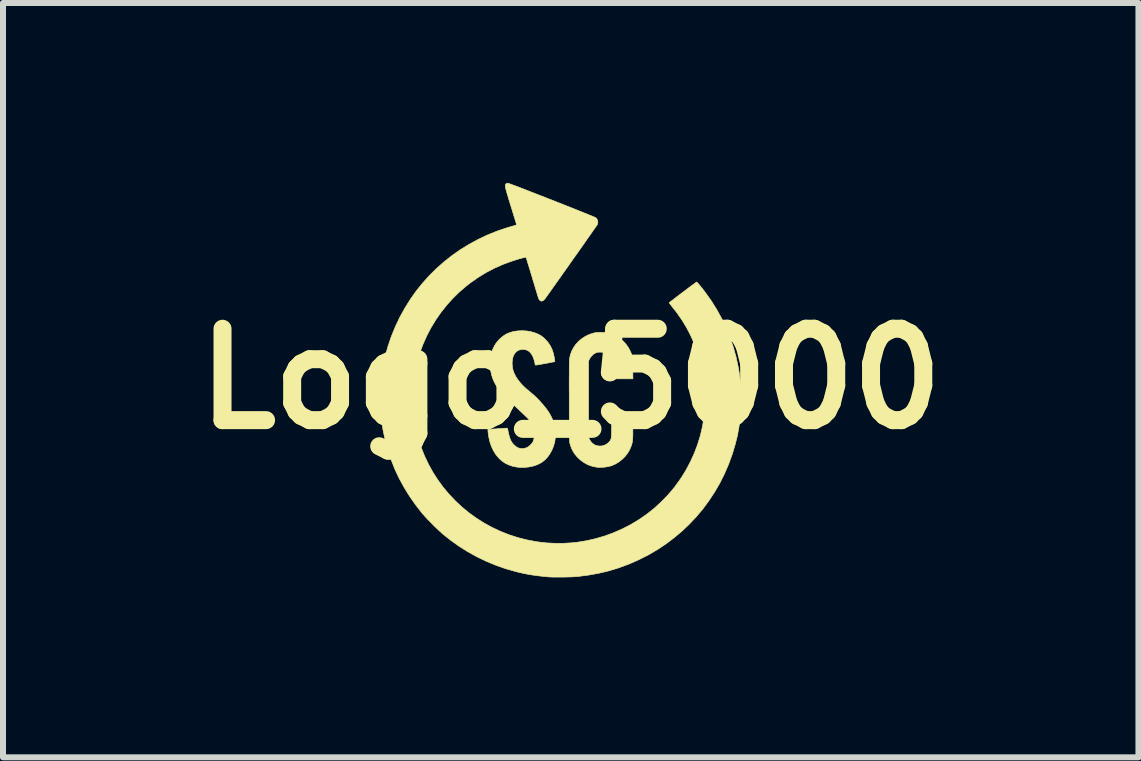
<source format=kicad_pcb>
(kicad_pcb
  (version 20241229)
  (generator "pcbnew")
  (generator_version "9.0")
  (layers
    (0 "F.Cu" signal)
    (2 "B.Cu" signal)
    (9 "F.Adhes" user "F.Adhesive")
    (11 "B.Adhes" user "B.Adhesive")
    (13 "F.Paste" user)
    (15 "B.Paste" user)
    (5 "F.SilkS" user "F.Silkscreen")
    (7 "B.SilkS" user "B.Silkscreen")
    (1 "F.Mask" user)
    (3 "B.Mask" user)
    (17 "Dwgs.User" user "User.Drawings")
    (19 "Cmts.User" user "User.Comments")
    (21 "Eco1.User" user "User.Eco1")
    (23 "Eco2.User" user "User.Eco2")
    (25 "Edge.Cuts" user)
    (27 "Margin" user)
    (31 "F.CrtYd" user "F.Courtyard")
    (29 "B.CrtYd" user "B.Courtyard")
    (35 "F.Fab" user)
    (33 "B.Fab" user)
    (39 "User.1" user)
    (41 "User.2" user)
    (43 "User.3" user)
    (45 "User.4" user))
  (footprint "Logo_5000"
    (layer "F.Cu")
    (at 6.466 3.266)
    (property "Reference" "Logo_5000" (at 0 0 0) (layer "F.SilkS") (effects (font (size 1.524 1.524) (thickness 0.3))))
    (attr through_hole)
    (fp_poly (pts (xy 0.528 -0.773) (xy 0.562 -0.772) (xy 0.593 -0.769) (xy 0.617 -0.766) (xy 0.617 -0.766) (xy 0.689 -0.744) (xy 0.756 -0.715) (xy 0.817 -0.677) (xy 0.872 -0.631) (xy 0.921 -0.578) (xy 0.963 -0.518) (xy 0.983 -0.48) (xy 0.995 -0.455) (xy 1.006 -0.432) (xy 1.014 -0.411) (xy 1.02 -0.389) (xy 1.025 -0.366) (xy 1.029 -0.341) (xy 1.031 -0.311) (xy 1.033 -0.275) (xy 1.034 -0.233) (xy 1.035 -0.182) (xy 1.035 -0.169) (xy 1.037 0) (xy 0.681 0) (xy 0.681 -0.147) (xy 0.681 -0.19) (xy 0.68 -0.224) (xy 0.68 -0.251) (xy 0.679 -0.271) (xy 0.678 -0.287) (xy 0.677 -0.299) (xy 0.675 -0.309) (xy 0.672 -0.317) (xy 0.67 -0.323) (xy 0.655 -0.352) (xy 0.631 -0.381) (xy 0.603 -0.407) (xy 0.572 -0.427) (xy 0.57 -0.428) (xy 0.552 -0.436) (xy 0.538 -0.441) (xy 0.522 -0.444) (xy 0.503 -0.444) (xy 0.49 -0.445) (xy 0.466 -0.444) (xy 0.448 -0.442) (xy 0.433 -0.438) (xy 0.416 -0.431) (xy 0.413 -0.43) (xy 0.383 -0.412) (xy 0.354 -0.386) (xy 0.329 -0.357) (xy 0.311 -0.327) (xy 0.309 -0.322) (xy 0.297 -0.292) (xy 0.297 0.978) (xy 0.314 1.012) (xy 0.336 1.047) (xy 0.364 1.077) (xy 0.396 1.1) (xy 0.425 1.112) (xy 0.469 1.121) (xy 0.514 1.12) (xy 0.556 1.11) (xy 0.595 1.091) (xy 0.63 1.064) (xy 0.642 1.051) (xy 0.652 1.039) (xy 0.66 1.028) (xy 0.666 1.016) (xy 0.671 1.003) (xy 0.675 0.986) (xy 0.677 0.966) (xy 0.679 0.941) (xy 0.68 0.909) (xy 0.681 0.869) (xy 0.681 0.821) (xy 0.681 0.805) (xy 0.681 0.635) (xy 1.036 0.635) (xy 1.036 0.817) (xy 1.036 0.873) (xy 1.036 0.92) (xy 1.035 0.96) (xy 1.033 0.993) (xy 1.031 1.021) (xy 1.028 1.045) (xy 1.025 1.066) (xy 1.02 1.086) (xy 1.014 1.106) (xy 1.009 1.12) (xy 0.983 1.182) (xy 0.948 1.241) (xy 0.905 1.296) (xy 0.855 1.345) (xy 0.8 1.388) (xy 0.741 1.423) (xy 0.681 1.449) (xy 0.635 1.461) (xy 0.584 1.471) (xy 0.53 1.476) (xy 0.477 1.477) (xy 0.429 1.473) (xy 0.426 1.473) (xy 0.356 1.458) (xy 0.289 1.434) (xy 0.225 1.4) (xy 0.165 1.357) (xy 0.11 1.306) (xy 0.108 1.303) (xy 0.068 1.255) (xy 0.035 1.204) (xy 0.009 1.148) (xy -0.011 1.086) (xy -0.012 1.085) (xy -0.013 1.079) (xy -0.015 1.073) (xy -0.016 1.066) (xy -0.017 1.059) (xy -0.018 1.05) (xy -0.019 1.039) (xy -0.02 1.025) (xy -0.02 1.008) (xy -0.021 0.988) (xy -0.021 0.963) (xy -0.022 0.933) (xy -0.022 0.898) (xy -0.023 0.857) (xy -0.023 0.809) (xy -0.023 0.754) (xy -0.023 0.692) (xy -0.024 0.622) (xy -0.024 0.543) (xy -0.024 0.455) (xy -0.024 0.378) (xy -0.024 0.268) (xy -0.025 0.168) (xy -0.025 0.077) (xy -0.025 -0.004) (xy -0.024 -0.076) (xy -0.024 -0.138) (xy -0.024 -0.192) (xy -0.023 -0.236) (xy -0.023 -0.272) (xy -0.022 -0.3) (xy -0.021 -0.319) (xy -0.02 -0.33) (xy -0.007 -0.397) (xy 0.016 -0.46) (xy 0.047 -0.52) (xy 0.086 -0.576) (xy 0.133 -0.626) (xy 0.186 -0.67) (xy 0.244 -0.708) (xy 0.308 -0.739) (xy 0.376 -0.761) (xy 0.404 -0.768) (xy 0.427 -0.771) (xy 0.457 -0.773) (xy 0.492 -0.774) (xy 0.528 -0.773)) (stroke (width 0.01) (type solid)) (fill yes) (layer "F.SilkS"))
    (fp_poly (pts (xy -0.738 -0.798) (xy -0.669 -0.787) (xy -0.604 -0.769) (xy -0.568 -0.755) (xy -0.529 -0.737) (xy -0.497 -0.719) (xy -0.468 -0.698) (xy -0.44 -0.673) (xy -0.426 -0.66) (xy -0.38 -0.609) (xy -0.343 -0.555) (xy -0.313 -0.495) (xy -0.293 -0.436) (xy -0.287 -0.415) (xy -0.282 -0.391) (xy -0.276 -0.366) (xy -0.272 -0.341) (xy -0.268 -0.318) (xy -0.266 -0.3) (xy -0.265 -0.289) (xy -0.266 -0.286) (xy -0.271 -0.285) (xy -0.285 -0.282) (xy -0.306 -0.278) (xy -0.333 -0.272) (xy -0.364 -0.267) (xy -0.397 -0.26) (xy -0.432 -0.254) (xy -0.466 -0.248) (xy -0.499 -0.242) (xy -0.528 -0.237) (xy -0.552 -0.233) (xy -0.571 -0.23) (xy -0.581 -0.229) (xy -0.583 -0.229) (xy -0.592 -0.231) (xy -0.594 -0.241) (xy -0.594 -0.241) (xy -0.596 -0.257) (xy -0.601 -0.28) (xy -0.609 -0.307) (xy -0.617 -0.335) (xy -0.627 -0.361) (xy -0.636 -0.382) (xy -0.638 -0.386) (xy -0.663 -0.425) (xy -0.692 -0.455) (xy -0.726 -0.476) (xy -0.763 -0.488) (xy -0.805 -0.49) (xy -0.829 -0.487) (xy -0.862 -0.479) (xy -0.888 -0.466) (xy -0.912 -0.447) (xy -0.918 -0.44) (xy -0.941 -0.411) (xy -0.958 -0.377) (xy -0.969 -0.34) (xy -0.975 -0.295) (xy -0.977 -0.254) (xy -0.973 -0.199) (xy -0.963 -0.147) (xy -0.945 -0.096) (xy -0.92 -0.045) (xy -0.886 0.008) (xy -0.869 0.03) (xy -0.845 0.061) (xy -0.819 0.091) (xy -0.79 0.121) (xy -0.756 0.153) (xy -0.716 0.188) (xy -0.688 0.211) (xy -0.652 0.241) (xy -0.622 0.267) (xy -0.596 0.29) (xy -0.572 0.313) (xy -0.548 0.338) (xy -0.521 0.365) (xy -0.514 0.373) (xy -0.452 0.443) (xy -0.399 0.51) (xy -0.355 0.575) (xy -0.32 0.641) (xy -0.292 0.706) (xy -0.271 0.773) (xy -0.261 0.816) (xy -0.257 0.849) (xy -0.255 0.888) (xy -0.255 0.931) (xy -0.257 0.975) (xy -0.261 1.017) (xy -0.267 1.054) (xy -0.269 1.062) (xy -0.288 1.127) (xy -0.314 1.19) (xy -0.346 1.248) (xy -0.383 1.301) (xy -0.425 1.347) (xy -0.47 1.384) (xy -0.496 1.401) (xy -0.558 1.432) (xy -0.626 1.455) (xy -0.698 1.47) (xy -0.773 1.478) (xy -0.849 1.477) (xy -0.891 1.473) (xy -0.965 1.459) (xy -1.033 1.436) (xy -1.095 1.406) (xy -1.151 1.367) (xy -1.198 1.323) (xy -1.247 1.265) (xy -1.288 1.199) (xy -1.322 1.127) (xy -1.349 1.048) (xy -1.368 0.963) (xy -1.377 0.897) (xy -1.379 0.876) (xy -1.38 0.859) (xy -1.381 0.848) (xy -1.38 0.845) (xy -1.375 0.844) (xy -1.361 0.843) (xy -1.34 0.842) (xy -1.314 0.84) (xy -1.283 0.837) (xy -1.249 0.835) (xy -1.215 0.832) (xy -1.18 0.83) (xy -1.148 0.828) (xy -1.118 0.826) (xy -1.094 0.824) (xy -1.075 0.823) (xy -1.065 0.823) (xy -1.064 0.823) (xy -1.059 0.824) (xy -1.055 0.828) (xy -1.052 0.837) (xy -1.048 0.853) (xy -1.044 0.875) (xy -1.035 0.919) (xy -1.023 0.962) (xy -1.01 1.002) (xy -0.995 1.036) (xy -0.989 1.046) (xy -0.971 1.073) (xy -0.947 1.1) (xy -0.92 1.124) (xy -0.895 1.142) (xy -0.891 1.144) (xy -0.854 1.159) (xy -0.813 1.164) (xy -0.772 1.16) (xy -0.732 1.147) (xy -0.728 1.145) (xy -0.705 1.131) (xy -0.681 1.112) (xy -0.658 1.089) (xy -0.639 1.066) (xy -0.63 1.052) (xy -0.618 1.021) (xy -0.61 0.983) (xy -0.605 0.941) (xy -0.605 0.899) (xy -0.609 0.859) (xy -0.612 0.845) (xy -0.628 0.797) (xy -0.651 0.748) (xy -0.682 0.699) (xy -0.71 0.664) (xy -0.718 0.656) (xy -0.732 0.642) (xy -0.752 0.623) (xy -0.777 0.599) (xy -0.806 0.571) (xy -0.838 0.541) (xy -0.873 0.508) (xy -0.907 0.476) (xy -0.945 0.441) (xy -0.981 0.406) (xy -1.016 0.373) (xy -1.048 0.342) (xy -1.077 0.314) (xy -1.1 0.29) (xy -1.118 0.272) (xy -1.128 0.262) (xy -1.177 0.203) (xy -1.218 0.149) (xy -1.252 0.097) (xy -1.279 0.045) (xy -1.301 -0.007) (xy -1.318 -0.061) (xy -1.331 -0.118) (xy -1.335 -0.14) (xy -1.338 -0.16) (xy -1.34 -0.18) (xy -1.341 -0.202) (xy -1.341 -0.229) (xy -1.34 -0.264) (xy -1.34 -0.269) (xy -1.337 -0.319) (xy -1.334 -0.361) (xy -1.328 -0.398) (xy -1.321 -0.432) (xy -1.31 -0.466) (xy -1.301 -0.49) (xy -1.271 -0.552) (xy -1.234 -0.609) (xy -1.189 -0.66) (xy -1.139 -0.704) (xy -1.085 -0.74) (xy -1.068 -0.749) (xy -1.01 -0.773) (xy -0.946 -0.79) (xy -0.878 -0.799) (xy -0.808 -0.802) (xy -0.738 -0.798)) (stroke (width 0.01) (type solid)) (fill yes) (layer "F.SilkS"))
    (fp_poly (pts (xy -1.043 -3.26) (xy -1.042 -3.26) (xy -1.035 -3.258) (xy -1.018 -3.252) (xy -0.994 -3.243) (xy -0.962 -3.231) (xy -0.923 -3.217) (xy -0.877 -3.2) (xy -0.827 -3.18) (xy -0.771 -3.159) (xy -0.711 -3.135) (xy -0.647 -3.11) (xy -0.58 -3.084) (xy -0.511 -3.057) (xy -0.44 -3.03) (xy -0.368 -3.001) (xy -0.295 -2.973) (xy -0.223 -2.944) (xy -0.151 -2.916) (xy -0.081 -2.888) (xy -0.012 -2.861) (xy 0.053 -2.835) (xy 0.115 -2.81) (xy 0.173 -2.787) (xy 0.227 -2.765) (xy 0.275 -2.746) (xy 0.318 -2.728) (xy 0.354 -2.714) (xy 0.382 -2.702) (xy 0.403 -2.693) (xy 0.416 -2.687) (xy 0.419 -2.685) (xy 0.437 -2.665) (xy 0.448 -2.64) (xy 0.452 -2.613) (xy 0.449 -2.586) (xy 0.443 -2.57) (xy 0.439 -2.564) (xy 0.429 -2.55) (xy 0.414 -2.529) (xy 0.395 -2.501) (xy 0.372 -2.468) (xy 0.344 -2.428) (xy 0.313 -2.384) (xy 0.279 -2.336) (xy 0.243 -2.284) (xy 0.204 -2.228) (xy 0.163 -2.17) (xy 0.121 -2.11) (xy 0.077 -2.049) (xy 0.033 -1.987) (xy -0.011 -1.924) (xy -0.055 -1.861) (xy -0.099 -1.799) (xy -0.142 -1.739) (xy -0.183 -1.68) (xy -0.223 -1.624) (xy -0.26 -1.571) (xy -0.296 -1.521) (xy -0.328 -1.476) (xy -0.357 -1.435) (xy -0.382 -1.4) (xy -0.403 -1.37) (xy -0.42 -1.347) (xy -0.431 -1.331) (xy -0.438 -1.323) (xy -0.439 -1.322) (xy -0.457 -1.306) (xy -0.477 -1.297) (xy -0.49 -1.295) (xy -0.503 -1.3) (xy -0.518 -1.312) (xy -0.53 -1.328) (xy -0.538 -1.344) (xy -0.54 -1.352) (xy -0.545 -1.369) (xy -0.553 -1.394) (xy -0.563 -1.427) (xy -0.574 -1.465) (xy -0.588 -1.509) (xy -0.602 -1.558) (xy -0.618 -1.61) (xy -0.635 -1.665) (xy -0.643 -1.694) (xy -0.66 -1.75) (xy -0.676 -1.803) (xy -0.691 -1.852) (xy -0.705 -1.897) (xy -0.717 -1.936) (xy -0.727 -1.97) (xy -0.735 -1.996) (xy -0.741 -2.015) (xy -0.745 -2.025) (xy -0.745 -2.027) (xy -0.751 -2.027) (xy -0.765 -2.024) (xy -0.787 -2.019) (xy -0.813 -2.013) (xy -0.844 -2.004) (xy -0.877 -1.995) (xy -0.912 -1.984) (xy -0.947 -1.973) (xy -0.978 -1.963) (xy -1.126 -1.909) (xy -1.269 -1.846) (xy -1.407 -1.774) (xy -1.54 -1.693) (xy -1.669 -1.603) (xy -1.735 -1.552) (xy -1.852 -1.452) (xy -1.963 -1.344) (xy -2.066 -1.23) (xy -2.162 -1.109) (xy -2.25 -0.983) (xy -2.33 -0.851) (xy -2.401 -0.715) (xy -2.463 -0.575) (xy -2.517 -0.43) (xy -2.56 -0.282) (xy -2.564 -0.267) (xy -2.598 -0.114) (xy -2.622 0.04) (xy -2.635 0.194) (xy -2.639 0.348) (xy -2.632 0.502) (xy -2.616 0.655) (xy -2.589 0.808) (xy -2.552 0.959) (xy -2.506 1.109) (xy -2.496 1.138) (xy -2.439 1.282) (xy -2.373 1.422) (xy -2.299 1.556) (xy -2.217 1.684) (xy -2.127 1.807) (xy -2.03 1.923) (xy -1.926 2.033) (xy -1.816 2.136) (xy -1.7 2.232) (xy -1.577 2.321) (xy -1.449 2.402) (xy -1.317 2.475) (xy -1.179 2.54) (xy -1.037 2.597) (xy -0.89 2.645) (xy -0.74 2.684) (xy -0.587 2.713) (xy -0.544 2.72) (xy -0.404 2.736) (xy -0.261 2.743) (xy -0.117 2.743) (xy 0.024 2.734) (xy 0.109 2.725) (xy 0.263 2.7) (xy 0.416 2.665) (xy 0.566 2.621) (xy 0.714 2.567) (xy 0.857 2.504) (xy 0.997 2.433) (xy 1.131 2.352) (xy 1.153 2.338) (xy 1.276 2.252) (xy 1.394 2.158) (xy 1.505 2.056) (xy 1.61 1.949) (xy 1.707 1.837) (xy 1.753 1.777) (xy 1.844 1.649) (xy 1.925 1.517) (xy 1.997 1.38) (xy 2.061 1.24) (xy 2.115 1.097) (xy 2.16 0.951) (xy 2.195 0.803) (xy 2.221 0.653) (xy 2.237 0.501) (xy 2.243 0.349) (xy 2.239 0.196) (xy 2.226 0.043) (xy 2.225 0.033) (xy 2.2 -0.12) (xy 2.166 -0.272) (xy 2.122 -0.421) (xy 2.068 -0.567) (xy 2.006 -0.709) (xy 1.935 -0.847) (xy 1.855 -0.98) (xy 1.766 -1.107) (xy 1.675 -1.223) (xy 1.66 -1.242) (xy 1.65 -1.256) (xy 1.644 -1.266) (xy 1.644 -1.27) (xy 1.652 -1.276) (xy 1.666 -1.288) (xy 1.687 -1.304) (xy 1.713 -1.324) (xy 1.742 -1.347) (xy 1.775 -1.372) (xy 1.811 -1.399) (xy 1.847 -1.427) (xy 1.885 -1.455) (xy 1.922 -1.483) (xy 1.958 -1.51) (xy 1.991 -1.535) (xy 2.022 -1.558) (xy 2.049 -1.578) (xy 2.071 -1.594) (xy 2.087 -1.606) (xy 2.097 -1.613) (xy 2.1 -1.614) (xy 2.106 -1.609) (xy 2.117 -1.597) (xy 2.133 -1.579) (xy 2.152 -1.557) (xy 2.173 -1.531) (xy 2.196 -1.503) (xy 2.219 -1.473) (xy 2.242 -1.443) (xy 2.243 -1.441) (xy 2.344 -1.3) (xy 2.435 -1.154) (xy 2.518 -1.003) (xy 2.592 -0.847) (xy 2.657 -0.688) (xy 2.712 -0.525) (xy 2.758 -0.359) (xy 2.794 -0.191) (xy 2.812 -0.083) (xy 2.822 -0.004) (xy 2.83 0.071) (xy 2.836 0.146) (xy 2.839 0.223) (xy 2.841 0.307) (xy 2.841 0.34) (xy 2.837 0.498) (xy 2.826 0.651) (xy 2.806 0.801) (xy 2.779 0.948) (xy 2.742 1.096) (xy 2.697 1.246) (xy 2.69 1.267) (xy 2.63 1.431) (xy 2.561 1.59) (xy 2.484 1.743) (xy 2.398 1.891) (xy 2.304 2.033) (xy 2.203 2.17) (xy 2.094 2.3) (xy 1.977 2.424) (xy 1.854 2.541) (xy 1.724 2.65) (xy 1.588 2.753) (xy 1.445 2.848) (xy 1.297 2.935) (xy 1.143 3.013) (xy 0.983 3.084) (xy 0.953 3.096) (xy 0.792 3.155) (xy 0.63 3.204) (xy 0.465 3.243) (xy 0.298 3.273) (xy 0.127 3.295) (xy 0.074 3.299) (xy 0.048 3.301) (xy 0.014 3.303) (xy -0.025 3.304) (xy -0.068 3.305) (xy -0.115 3.306) (xy -0.162 3.306) (xy -0.208 3.306) (xy -0.251 3.306) (xy -0.29 3.306) (xy -0.324 3.305) (xy -0.349 3.304) (xy -0.358 3.304) (xy -0.454 3.295) (xy -0.541 3.285) (xy -0.623 3.274) (xy -0.7 3.262) (xy -0.776 3.247) (xy -0.853 3.23) (xy -0.909 3.216) (xy -1.08 3.168) (xy -1.246 3.11) (xy -1.408 3.043) (xy -1.566 2.967) (xy -1.719 2.882) (xy -1.868 2.788) (xy -2.011 2.685) (xy -2.129 2.591) (xy -2.159 2.564) (xy -2.194 2.532) (xy -2.233 2.495) (xy -2.275 2.455) (xy -2.316 2.413) (xy -2.357 2.372) (xy -2.396 2.332) (xy -2.431 2.294) (xy -2.46 2.261) (xy -2.476 2.243) (xy -2.586 2.102) (xy -2.687 1.958) (xy -2.779 1.809) (xy -2.862 1.657) (xy -2.935 1.501) (xy -2.998 1.341) (xy -3.052 1.177) (xy -3.097 1.011) (xy -3.132 0.841) (xy -3.157 0.667) (xy -3.17 0.53) (xy -3.172 0.495) (xy -3.173 0.453) (xy -3.174 0.405) (xy -3.174 0.353) (xy -3.174 0.298) (xy -3.173 0.243) (xy -3.172 0.19) (xy -3.17 0.139) (xy -3.168 0.094) (xy -3.165 0.055) (xy -3.163 0.028) (xy -3.143 -0.122) (xy -3.117 -0.264) (xy -3.086 -0.402) (xy -3.048 -0.538) (xy -3.003 -0.672) (xy -2.99 -0.709) (xy -2.924 -0.87) (xy -2.85 -1.026) (xy -2.767 -1.176) (xy -2.677 -1.321) (xy -2.579 -1.46) (xy -2.473 -1.592) (xy -2.36 -1.718) (xy -2.24 -1.837) (xy -2.114 -1.949) (xy -1.981 -2.054) (xy -1.842 -2.152) (xy -1.697 -2.241) (xy -1.546 -2.323) (xy -1.391 -2.397) (xy -1.23 -2.462) (xy -1.064 -2.518) (xy -0.981 -2.542) (xy -0.954 -2.55) (xy -0.932 -2.557) (xy -0.914 -2.563) (xy -0.904 -2.567) (xy -0.902 -2.569) (xy -0.904 -2.574) (xy -0.908 -2.589) (xy -0.915 -2.611) (xy -0.924 -2.641) (xy -0.935 -2.677) (xy -0.948 -2.718) (xy -0.962 -2.764) (xy -0.977 -2.815) (xy -0.994 -2.868) (xy -0.998 -2.88) (xy -1.018 -2.947) (xy -1.036 -3.004) (xy -1.05 -3.053) (xy -1.063 -3.094) (xy -1.072 -3.129) (xy -1.08 -3.157) (xy -1.086 -3.18) (xy -1.089 -3.198) (xy -1.091 -3.213) (xy -1.091 -3.224) (xy -1.09 -3.232) (xy -1.088 -3.239) (xy -1.084 -3.244) (xy -1.08 -3.249) (xy -1.079 -3.25) (xy -1.069 -3.258) (xy -1.059 -3.261) (xy -1.043 -3.26)) (stroke (width 0.01) (type solid)) (fill yes) (layer "F.SilkS")))
  (gr_rect
    (start -3 -3)
    (end 15.932 9.577)
    (stroke (width 0.1) (type default))
    (fill no)
    (layer "Edge.Cuts")))
</source>
